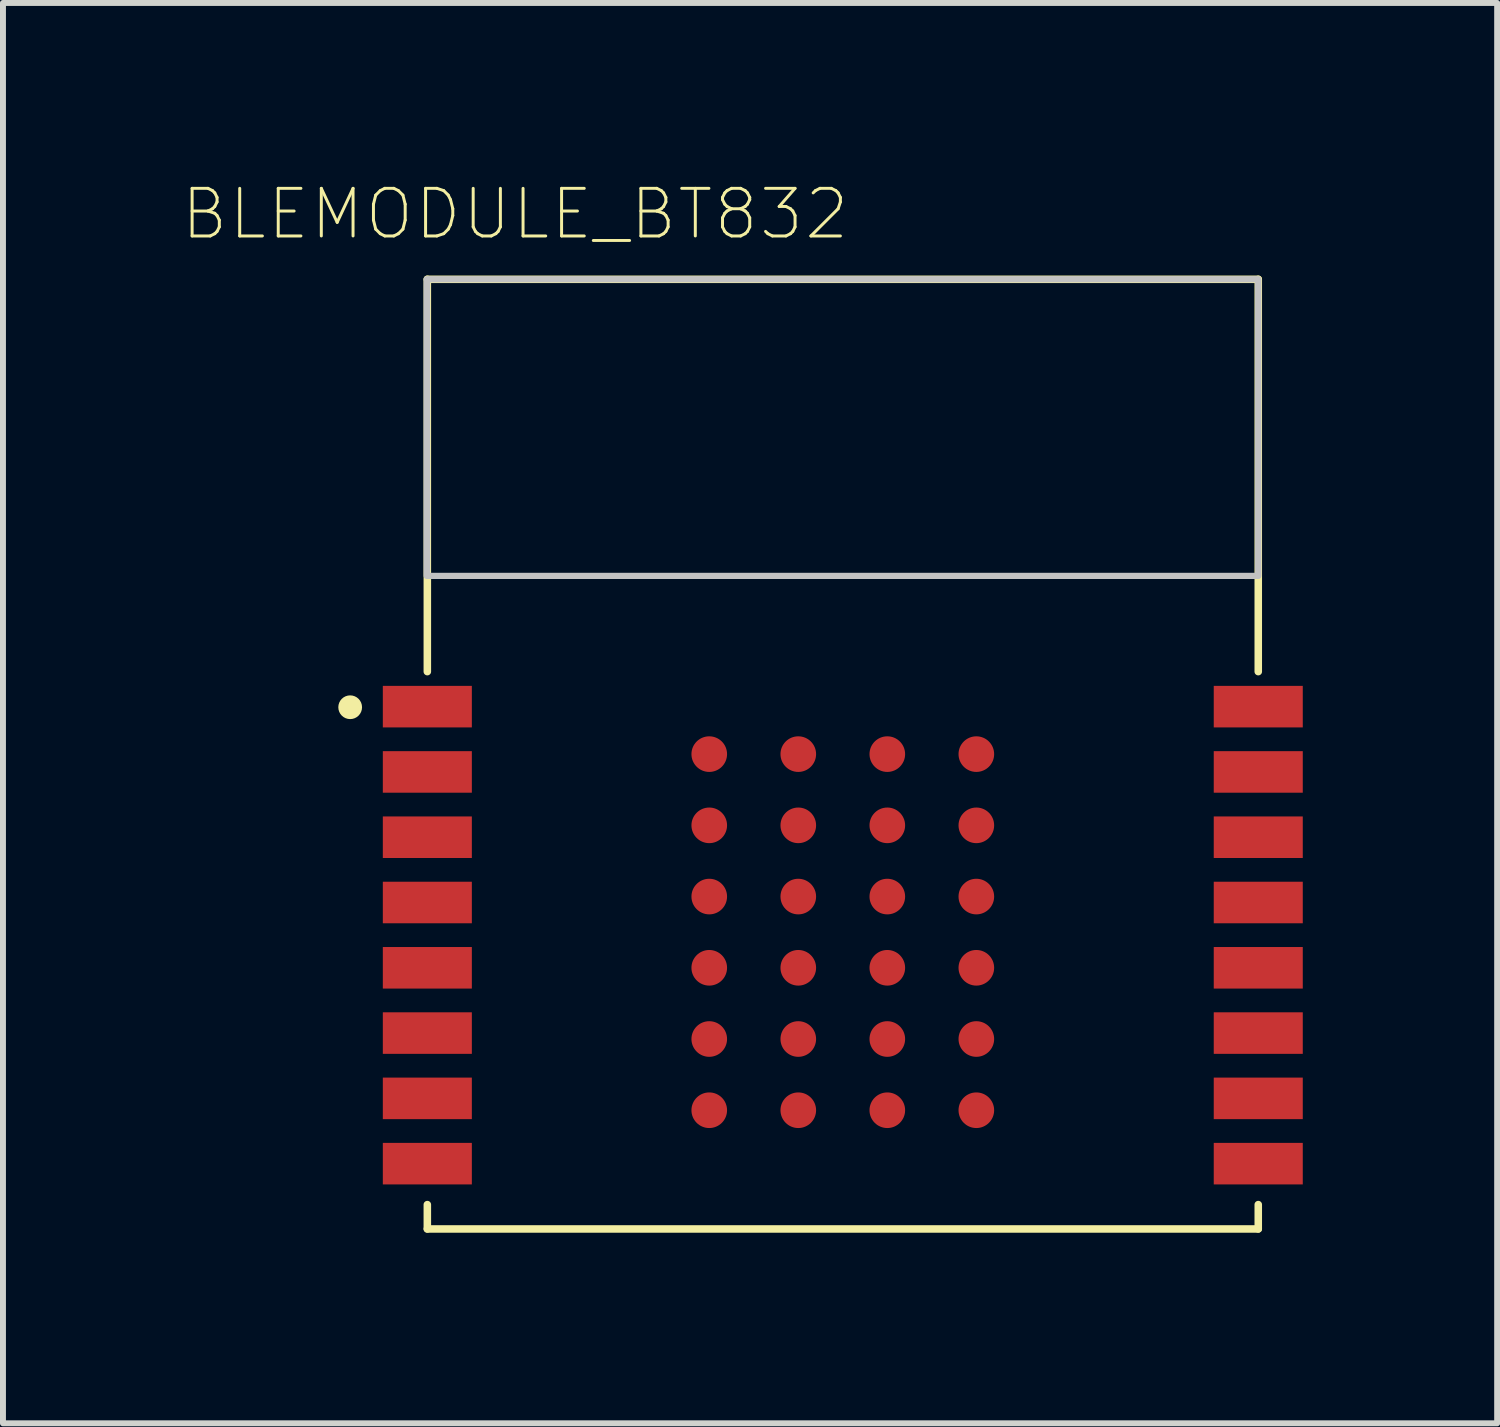
<source format=kicad_pcb>
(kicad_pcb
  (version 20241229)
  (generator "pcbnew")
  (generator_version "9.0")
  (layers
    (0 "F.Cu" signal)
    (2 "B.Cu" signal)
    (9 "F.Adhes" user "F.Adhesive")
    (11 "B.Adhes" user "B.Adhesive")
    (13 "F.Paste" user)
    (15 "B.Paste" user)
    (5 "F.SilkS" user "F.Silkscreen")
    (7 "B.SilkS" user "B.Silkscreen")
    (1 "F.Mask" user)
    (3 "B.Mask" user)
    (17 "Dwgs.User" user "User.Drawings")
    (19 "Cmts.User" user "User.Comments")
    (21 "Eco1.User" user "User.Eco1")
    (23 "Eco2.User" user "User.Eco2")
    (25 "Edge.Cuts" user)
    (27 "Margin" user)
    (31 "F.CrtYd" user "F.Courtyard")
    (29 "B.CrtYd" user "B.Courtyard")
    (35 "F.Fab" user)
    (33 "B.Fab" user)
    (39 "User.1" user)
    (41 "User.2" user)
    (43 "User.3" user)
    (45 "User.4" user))
  (footprint "BLEMODULE_BT832"
    (layer "F.Cu")
    (at 11.15 9.656)
    (property "Reference" "BLEMODULE_BT832" (at -5.521 -9.099 0) (layer "F.SilkS") (effects (font (size 0.802 0.802) (thickness 0.05))))
    (attr smd)
    (fp_line (start -7 -8) (end 7 -8) (stroke (width 0.127) (type solid)) (layer "F.SilkS"))
    (fp_line (start -7 -1.39) (end -7 -8) (stroke (width 0.127) (type solid)) (layer "F.SilkS"))
    (fp_line (start -7 7.59) (end -7 8) (stroke (width 0.127) (type solid)) (layer "F.SilkS"))
    (fp_line (start -7 8) (end 7 8) (stroke (width 0.127) (type solid)) (layer "F.SilkS"))
    (fp_line (start 7 -8) (end 7 -1.39) (stroke (width 0.127) (type solid)) (layer "F.SilkS"))
    (fp_line (start 7 8) (end 7 7.59) (stroke (width 0.127) (type solid)) (layer "F.SilkS"))
    (fp_circle (center -8.3 -0.79) (end -8.2 -0.79) (stroke (width 0.2) (type solid)) (fill no) (layer "F.SilkS"))
    (fp_poly (pts (xy -7.013 -8) (xy 7 -8) (xy 7 -3.005) (xy -7.013 -3.005)) (stroke (width 0.1) (type solid)) (fill no) (layer "Dwgs.User"))
    (fp_poly (pts (xy -7.002 -8) (xy 7 -8) (xy 7 -3.001) (xy -7.002 -3.001)) (stroke (width 0.1) (type solid)) (fill no) (layer "Dwgs.User"))
    (fp_line (start -8 -8.25) (end 8 -8.25) (stroke (width 0.05) (type solid)) (layer "Eco1.User"))
    (fp_line (start -8 8.25) (end -8 -8.25) (stroke (width 0.05) (type solid)) (layer "Eco1.User"))
    (fp_line (start 8 -8.25) (end 8 8.25) (stroke (width 0.05) (type solid)) (layer "Eco1.User"))
    (fp_line (start 8 8.25) (end -8 8.25) (stroke (width 0.05) (type solid)) (layer "Eco1.User"))
    (fp_line (start -7 -8) (end 7 -8) (stroke (width 0.127) (type solid)) (layer "Eco2.User"))
    (fp_line (start -7 8) (end -7 -8) (stroke (width 0.127) (type solid)) (layer "Eco2.User"))
    (fp_line (start 7 -8) (end 7 -1.59) (stroke (width 0.127) (type solid)) (layer "Eco2.User"))
    (fp_line (start 7 -1.58) (end 7 8) (stroke (width 0.127) (type solid)) (layer "Eco2.User"))
    (fp_line (start 7 8) (end -7 8) (stroke (width 0.127) (type solid)) (layer "Eco2.User"))
    (fp_circle (center -6.325 -0.79) (end -6.225 -0.79) (stroke (width 0.2) (type solid)) (fill no) (layer "Eco2.User"))
    (pad "1" smd rect (at -7 -0.8) (size 1.5 0.7) (layers "F.Cu" "F.Mask" "F.Paste"))
    (pad "2" smd rect (at -7 0.3) (size 1.5 0.7) (layers "F.Cu" "F.Mask" "F.Paste"))
    (pad "3" smd rect (at -7 1.4) (size 1.5 0.7) (layers "F.Cu" "F.Mask" "F.Paste"))
    (pad "4" smd rect (at -7 2.5) (size 1.5 0.7) (layers "F.Cu" "F.Mask" "F.Paste"))
    (pad "5" smd rect (at -7 3.6) (size 1.5 0.7) (layers "F.Cu" "F.Mask" "F.Paste"))
    (pad "6" smd rect (at -7 4.7) (size 1.5 0.7) (layers "F.Cu" "F.Mask" "F.Paste"))
    (pad "7" smd rect (at -7 5.8) (size 1.5 0.7) (layers "F.Cu" "F.Mask" "F.Paste"))
    (pad "8" smd rect (at -7 6.9) (size 1.5 0.7) (layers "F.Cu" "F.Mask" "F.Paste"))
    (pad "9" smd rect (at 7 6.9 180) (size 1.5 0.7) (layers "F.Cu" "F.Mask" "F.Paste"))
    (pad "10" smd rect (at 7 5.8 180) (size 1.5 0.7) (layers "F.Cu" "F.Mask" "F.Paste"))
    (pad "11" smd rect (at 7 4.7 180) (size 1.5 0.7) (layers "F.Cu" "F.Mask" "F.Paste"))
    (pad "12" smd rect (at 7 3.6 180) (size 1.5 0.7) (layers "F.Cu" "F.Mask" "F.Paste"))
    (pad "13" smd rect (at 7 2.5 180) (size 1.5 0.7) (layers "F.Cu" "F.Mask" "F.Paste"))
    (pad "14" smd rect (at 7 1.4 180) (size 1.5 0.7) (layers "F.Cu" "F.Mask" "F.Paste"))
    (pad "15" smd rect (at 7 0.3 180) (size 1.5 0.7) (layers "F.Cu" "F.Mask" "F.Paste"))
    (pad "16" smd rect (at 7 -0.8 180) (size 1.5 0.7) (layers "F.Cu" "F.Mask" "F.Paste"))
    (pad "A0" smd circle (at -2.25 0) (size 0.6 0.6) (layers "F.Cu" "F.Mask" "F.Paste"))
    (pad "A1" smd circle (at -2.25 1.2) (size 0.6 0.6) (layers "F.Cu" "F.Mask" "F.Paste"))
    (pad "A2" smd circle (at -2.25 2.4) (size 0.6 0.6) (layers "F.Cu" "F.Mask" "F.Paste"))
    (pad "A3" smd circle (at -2.25 3.6) (size 0.6 0.6) (layers "F.Cu" "F.Mask" "F.Paste"))
    (pad "A4" smd circle (at -2.25 4.8) (size 0.6 0.6) (layers "F.Cu" "F.Mask" "F.Paste"))
    (pad "A5" smd circle (at -2.25 6) (size 0.6 0.6) (layers "F.Cu" "F.Mask" "F.Paste"))
    (pad "B0" smd circle (at -0.75 0) (size 0.6 0.6) (layers "F.Cu" "F.Mask" "F.Paste"))
    (pad "B1" smd circle (at -0.75 1.2) (size 0.6 0.6) (layers "F.Cu" "F.Mask" "F.Paste"))
    (pad "B2" smd circle (at -0.75 2.4) (size 0.6 0.6) (layers "F.Cu" "F.Mask" "F.Paste"))
    (pad "B3" smd circle (at -0.75 3.6) (size 0.6 0.6) (layers "F.Cu" "F.Mask" "F.Paste"))
    (pad "B4" smd circle (at -0.75 4.8) (size 0.6 0.6) (layers "F.Cu" "F.Mask" "F.Paste"))
    (pad "B5" smd circle (at -0.75 6) (size 0.6 0.6) (layers "F.Cu" "F.Mask" "F.Paste"))
    (pad "C0" smd circle (at 0.75 0) (size 0.6 0.6) (layers "F.Cu" "F.Mask" "F.Paste"))
    (pad "C1" smd circle (at 0.75 1.2) (size 0.6 0.6) (layers "F.Cu" "F.Mask" "F.Paste"))
    (pad "C2" smd circle (at 0.75 2.4) (size 0.6 0.6) (layers "F.Cu" "F.Mask" "F.Paste"))
    (pad "C3" smd circle (at 0.75 3.6) (size 0.6 0.6) (layers "F.Cu" "F.Mask" "F.Paste"))
    (pad "C4" smd circle (at 0.75 4.8) (size 0.6 0.6) (layers "F.Cu" "F.Mask" "F.Paste"))
    (pad "C5" smd circle (at 0.75 6) (size 0.6 0.6) (layers "F.Cu" "F.Mask" "F.Paste"))
    (pad "D0" smd circle (at 2.25 0) (size 0.6 0.6) (layers "F.Cu" "F.Mask" "F.Paste"))
    (pad "D1" smd circle (at 2.25 1.2) (size 0.6 0.6) (layers "F.Cu" "F.Mask" "F.Paste"))
    (pad "D2" smd circle (at 2.25 2.4) (size 0.6 0.6) (layers "F.Cu" "F.Mask" "F.Paste"))
    (pad "D3" smd circle (at 2.25 3.6) (size 0.6 0.6) (layers "F.Cu" "F.Mask" "F.Paste"))
    (pad "D4" smd circle (at 2.25 4.8) (size 0.6 0.6) (layers "F.Cu" "F.Mask" "F.Paste"))
    (pad "D5" smd circle (at 2.25 6) (size 0.6 0.6) (layers "F.Cu" "F.Mask" "F.Paste")))
  (gr_rect
    (start -3 -3)
    (end 22.175 20.931)
    (stroke (width 0.1) (type default))
    (fill no)
    (layer "Edge.Cuts")))
</source>
